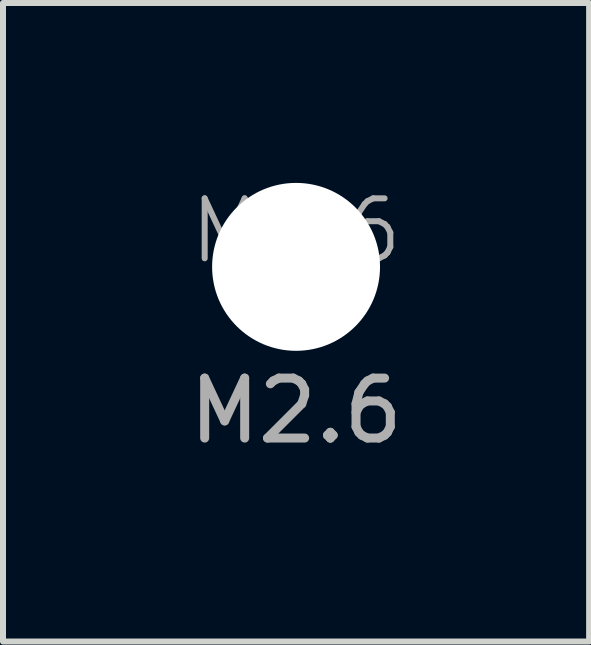
<source format=kicad_pcb>
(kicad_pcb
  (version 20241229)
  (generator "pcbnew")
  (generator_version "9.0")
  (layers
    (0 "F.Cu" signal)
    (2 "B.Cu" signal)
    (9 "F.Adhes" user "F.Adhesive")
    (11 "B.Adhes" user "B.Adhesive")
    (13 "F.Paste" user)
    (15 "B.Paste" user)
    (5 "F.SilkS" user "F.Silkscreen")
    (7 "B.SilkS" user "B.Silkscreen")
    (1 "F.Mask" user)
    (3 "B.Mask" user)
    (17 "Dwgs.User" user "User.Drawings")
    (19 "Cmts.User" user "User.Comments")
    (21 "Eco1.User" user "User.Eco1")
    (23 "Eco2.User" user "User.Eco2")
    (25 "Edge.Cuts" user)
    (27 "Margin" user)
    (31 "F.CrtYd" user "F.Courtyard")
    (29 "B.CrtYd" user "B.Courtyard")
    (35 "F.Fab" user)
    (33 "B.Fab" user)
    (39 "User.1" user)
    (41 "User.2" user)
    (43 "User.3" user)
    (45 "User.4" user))
  (footprint "M2.6"
    (layer "F.Cu")
    (at 1.887 1.3)
    (property "Reference" "M2.6" (at 0 -0.5 0) (unlocked yes) (layer "F.Fab") (effects (font (size 1 1) (thickness 0.1))))
    (attr smd)
    (fp_text user "${REFERENCE}" (at 0 2.5 0) (unlocked yes) (layer "F.Fab") (effects (font (size 1 1) (thickness 0.15))))
    (pad "" np_thru_hole circle (at 0 0.1) (size 2.8 2.8) (drill 2.8) (layers "*.Cu" "*.Mask")))
  (gr_rect
    (start -3 -3)
    (end 6.774 7.648)
    (stroke (width 0.1) (type default))
    (fill no)
    (layer "Edge.Cuts")))
</source>
